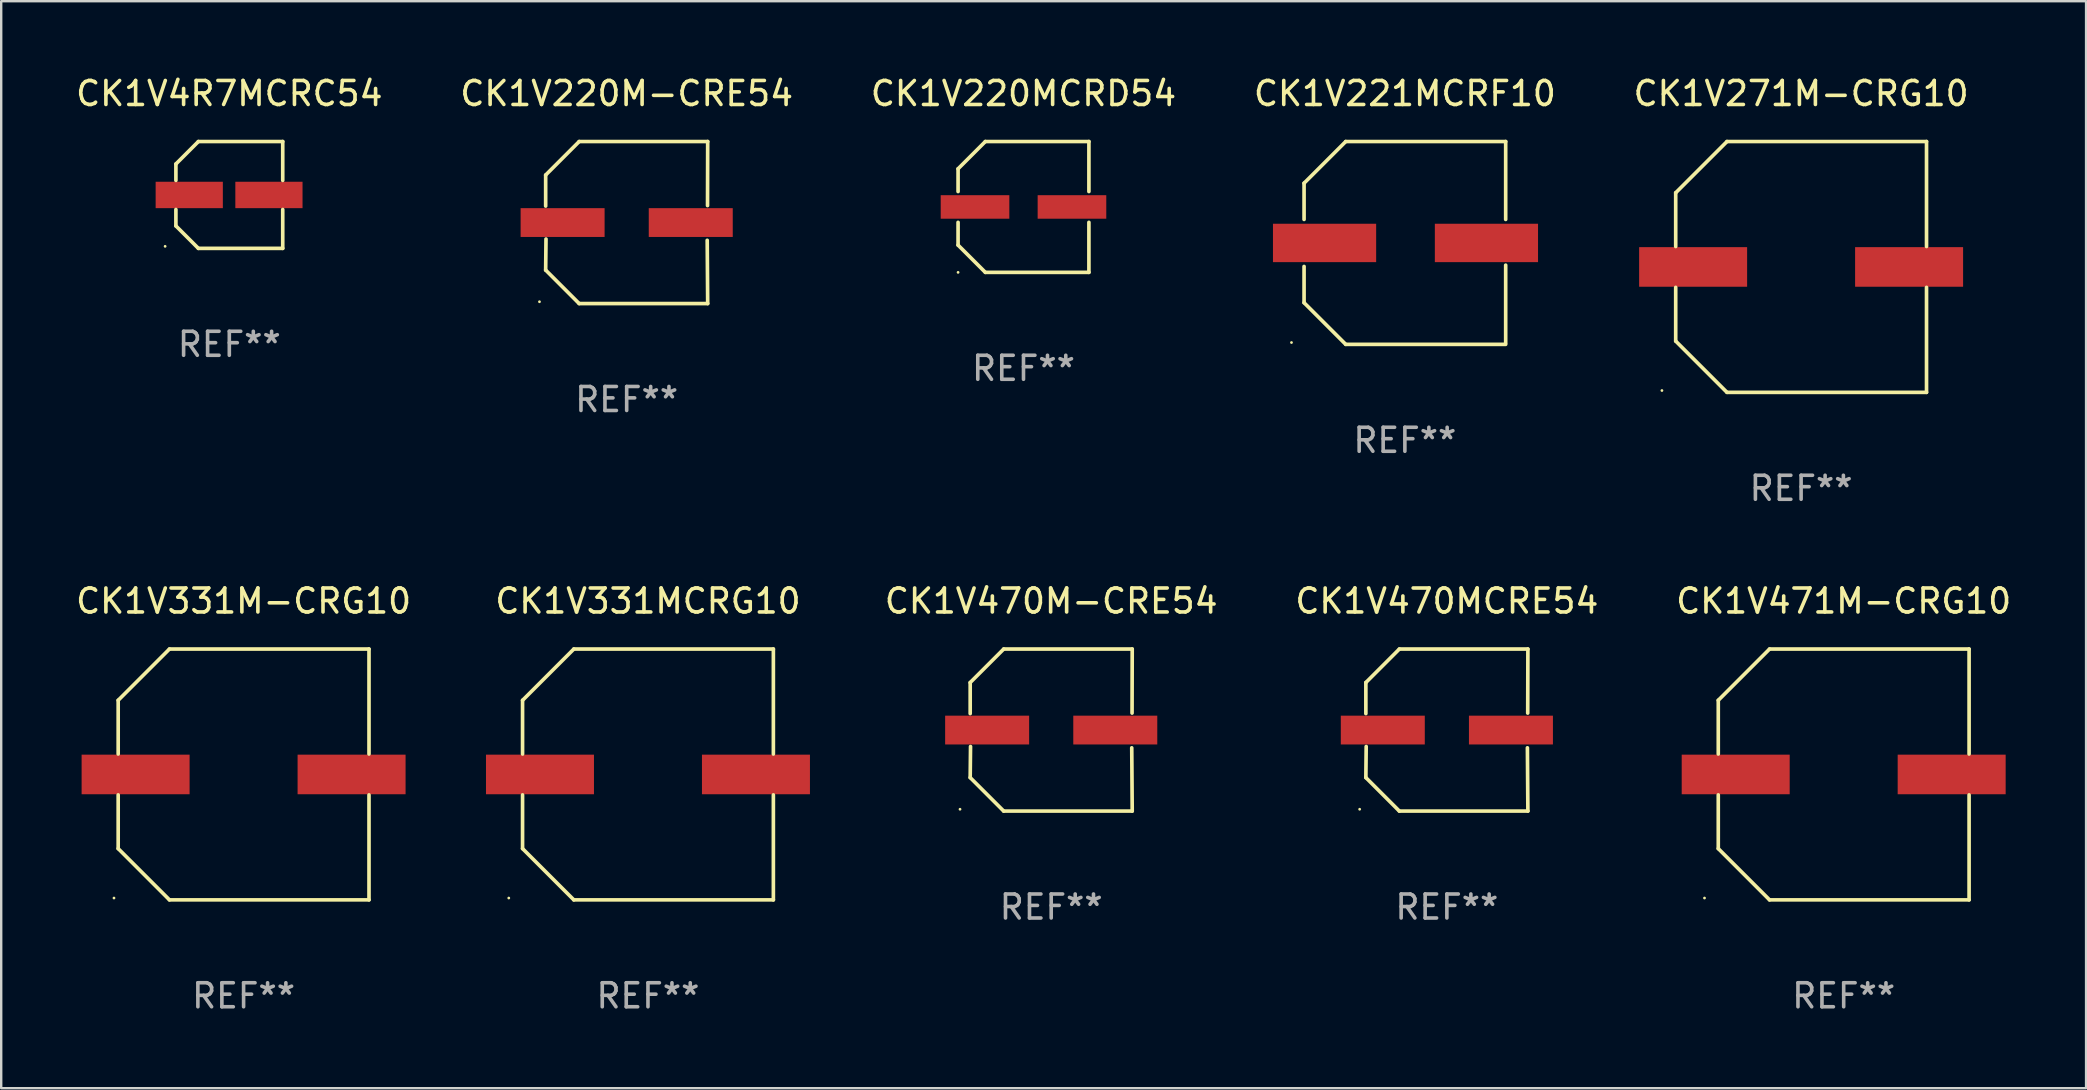
<source format=kicad_pcb>
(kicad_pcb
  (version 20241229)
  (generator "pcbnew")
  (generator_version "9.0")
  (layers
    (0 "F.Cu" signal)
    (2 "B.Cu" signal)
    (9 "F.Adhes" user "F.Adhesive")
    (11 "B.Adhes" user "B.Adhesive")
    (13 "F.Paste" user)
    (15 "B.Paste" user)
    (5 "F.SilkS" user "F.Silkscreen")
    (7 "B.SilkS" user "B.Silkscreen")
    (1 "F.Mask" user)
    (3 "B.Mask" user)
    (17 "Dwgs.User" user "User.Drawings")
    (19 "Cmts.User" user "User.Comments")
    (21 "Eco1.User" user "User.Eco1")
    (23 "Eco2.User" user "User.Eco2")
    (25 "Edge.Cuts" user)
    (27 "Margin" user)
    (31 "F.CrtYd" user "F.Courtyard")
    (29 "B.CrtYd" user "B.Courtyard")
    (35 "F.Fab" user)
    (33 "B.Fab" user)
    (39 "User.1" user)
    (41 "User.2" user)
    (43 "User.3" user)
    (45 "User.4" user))
  (footprint "CK1V331M-CRG10"
    (layer "F.Cu")
    (at 7.101 29.223)
    (property "Reference" "CK1V331M-CRG10" (at 0 -7.226 0) (layer "F.SilkS") (effects (font (size 1 1) (thickness 0.15))))
    (attr through_hole)
    (fp_line (start -5.226 -3.09) (end -5.226 -0.852) (stroke (width 0.152) (type solid)) (layer "F.SilkS"))
    (fp_line (start -5.226 3.09) (end -5.226 0.852) (stroke (width 0.152) (type solid)) (layer "F.SilkS"))
    (fp_line (start -3.09 -5.226) (end -5.226 -3.09) (stroke (width 0.152) (type solid)) (layer "F.SilkS"))
    (fp_line (start -3.09 5.226) (end -5.226 3.09) (stroke (width 0.152) (type solid)) (layer "F.SilkS"))
    (fp_line (start 5.226 -5.226) (end -3.09 -5.226) (stroke (width 0.152) (type solid)) (layer "F.SilkS"))
    (fp_line (start 5.226 -0.852) (end 5.226 -5.226) (stroke (width 0.152) (type solid)) (layer "F.SilkS"))
    (fp_line (start 5.226 0.852) (end 5.226 5.226) (stroke (width 0.152) (type solid)) (layer "F.SilkS"))
    (fp_line (start 5.226 5.226) (end -3.09 5.226) (stroke (width 0.152) (type solid)) (layer "F.SilkS"))
    (fp_circle (center -5.401 5.15) (end -5.371 5.15) (stroke (width 0.06) (type solid)) (fill no) (layer "F.SilkS"))
    (fp_text user "REF**" (at 0 9.226 0) (layer "F.Fab") (effects (font (size 1 1) (thickness 0.15))))
    (pad "1" smd rect (at -4.5 0) (size 4.5 1.65) (layers "F.Cu" "F.Mask" "F.Paste"))
    (pad "2" smd rect (at 4.5 0) (size 4.5 1.65) (layers "F.Cu" "F.Mask" "F.Paste")))
  (footprint "CK1V220MCRD54"
    (layer "F.Cu")
    (at 39.601 5.574)
    (property "Reference" "CK1V220MCRD54" (at 0 -4.726 0) (layer "F.SilkS") (effects (font (size 1 1) (thickness 0.15))))
    (attr through_hole)
    (fp_line (start -2.726 -1.59) (end -1.59 -2.726) (stroke (width 0.152) (type solid)) (layer "F.SilkS"))
    (fp_line (start -2.726 -0.642) (end -2.726 -1.59) (stroke (width 0.152) (type solid)) (layer "F.SilkS"))
    (fp_line (start -2.726 0.642) (end -2.726 1.59) (stroke (width 0.152) (type solid)) (layer "F.SilkS"))
    (fp_line (start -2.726 1.59) (end -1.59 2.726) (stroke (width 0.152) (type solid)) (layer "F.SilkS"))
    (fp_line (start -1.59 -2.726) (end 2.726 -2.726) (stroke (width 0.152) (type solid)) (layer "F.SilkS"))
    (fp_line (start -1.59 2.726) (end 2.726 2.726) (stroke (width 0.152) (type solid)) (layer "F.SilkS"))
    (fp_line (start 2.726 -2.726) (end 2.726 -0.642) (stroke (width 0.152) (type solid)) (layer "F.SilkS"))
    (fp_line (start 2.726 2.726) (end 2.726 0.642) (stroke (width 0.152) (type solid)) (layer "F.SilkS"))
    (fp_circle (center -2.726 2.726) (end -2.696 2.726) (stroke (width 0.06) (type solid)) (fill no) (layer "F.SilkS"))
    (fp_text user "REF**" (at 0 6.726 0) (layer "F.Fab") (effects (font (size 1 1) (thickness 0.15))))
    (pad "1" smd rect (at -2.02 -0.000013) (size 2.86 0.98) (layers "F.Cu" "F.Mask" "F.Paste"))
    (pad "2" smd rect (at 2.02 -0.000013) (size 2.86 0.98) (layers "F.Cu" "F.Mask" "F.Paste")))
  (footprint "CK1V471M-CRG10"
    (layer "F.Cu")
    (at 73.78 29.223)
    (property "Reference" "CK1V471M-CRG10" (at 0 -7.226 0) (layer "F.SilkS") (effects (font (size 1 1) (thickness 0.15))))
    (attr through_hole)
    (fp_line (start -5.226 -3.09) (end -5.226 -0.852) (stroke (width 0.152) (type solid)) (layer "F.SilkS"))
    (fp_line (start -5.226 3.09) (end -5.226 0.852) (stroke (width 0.152) (type solid)) (layer "F.SilkS"))
    (fp_line (start -3.09 -5.226) (end -5.226 -3.09) (stroke (width 0.152) (type solid)) (layer "F.SilkS"))
    (fp_line (start -3.09 5.226) (end -5.226 3.09) (stroke (width 0.152) (type solid)) (layer "F.SilkS"))
    (fp_line (start 5.226 -5.226) (end -3.09 -5.226) (stroke (width 0.152) (type solid)) (layer "F.SilkS"))
    (fp_line (start 5.226 -0.852) (end 5.226 -5.226) (stroke (width 0.152) (type solid)) (layer "F.SilkS"))
    (fp_line (start 5.226 0.852) (end 5.226 5.226) (stroke (width 0.152) (type solid)) (layer "F.SilkS"))
    (fp_line (start 5.226 5.226) (end -3.09 5.226) (stroke (width 0.152) (type solid)) (layer "F.SilkS"))
    (fp_circle (center -5.8 5.15) (end -5.77 5.15) (stroke (width 0.06) (type solid)) (fill no) (layer "F.SilkS"))
    (fp_text user "REF**" (at 0 9.226 0) (layer "F.Fab") (effects (font (size 1 1) (thickness 0.15))))
    (pad "1" smd rect (at -4.5 0) (size 4.5 1.65) (layers "F.Cu" "F.Mask" "F.Paste"))
    (pad "2" smd rect (at 4.5 0) (size 4.5 1.65) (layers "F.Cu" "F.Mask" "F.Paste")))
  (footprint "CK1V271M-CRG10"
    (layer "F.Cu")
    (at 72.006 8.074)
    (property "Reference" "CK1V271M-CRG10" (at 0 -7.226 0) (layer "F.SilkS") (effects (font (size 1 1) (thickness 0.15))))
    (attr through_hole)
    (fp_line (start -5.226 -3.09) (end -5.226 -0.852) (stroke (width 0.152) (type solid)) (layer "F.SilkS"))
    (fp_line (start -5.226 3.09) (end -5.226 0.852) (stroke (width 0.152) (type solid)) (layer "F.SilkS"))
    (fp_line (start -3.09 -5.226) (end -5.226 -3.09) (stroke (width 0.152) (type solid)) (layer "F.SilkS"))
    (fp_line (start -3.09 5.226) (end -5.226 3.09) (stroke (width 0.152) (type solid)) (layer "F.SilkS"))
    (fp_line (start 5.226 -5.226) (end -3.09 -5.226) (stroke (width 0.152) (type solid)) (layer "F.SilkS"))
    (fp_line (start 5.226 -0.852) (end 5.226 -5.226) (stroke (width 0.152) (type solid)) (layer "F.SilkS"))
    (fp_line (start 5.226 0.852) (end 5.226 5.226) (stroke (width 0.152) (type solid)) (layer "F.SilkS"))
    (fp_line (start 5.226 5.226) (end -3.09 5.226) (stroke (width 0.152) (type solid)) (layer "F.SilkS"))
    (fp_circle (center -5.8 5.15) (end -5.77 5.15) (stroke (width 0.06) (type solid)) (fill no) (layer "F.SilkS"))
    (fp_text user "REF**" (at 0 9.226 0) (layer "F.Fab") (effects (font (size 1 1) (thickness 0.15))))
    (pad "1" smd rect (at -4.5 0) (size 4.5 1.65) (layers "F.Cu" "F.Mask" "F.Paste"))
    (pad "2" smd rect (at 4.5 0) (size 4.5 1.65) (layers "F.Cu" "F.Mask" "F.Paste")))
  (footprint "CK1V220M-CRE54"
    (layer "F.Cu")
    (at 23.065 6.224)
    (property "Reference" "CK1V220M-CRE54" (at 0 -5.376 0) (layer "F.SilkS") (effects (font (size 1 1) (thickness 0.15))))
    (attr through_hole)
    (fp_line (start -3.376 -1.98) (end -3.376 -0.686) (stroke (width 0.152) (type solid)) (layer "F.SilkS"))
    (fp_line (start -3.376 1.981) (end -3.362 0.686) (stroke (width 0.152) (type solid)) (layer "F.SilkS"))
    (fp_line (start -1.981 3.376) (end -3.376 1.981) (stroke (width 0.152) (type solid)) (layer "F.SilkS"))
    (fp_line (start -1.98 -3.376) (end -3.376 -1.98) (stroke (width 0.152) (type solid)) (layer "F.SilkS"))
    (fp_line (start 3.356 0.74) (end 3.376 3.376) (stroke (width 0.152) (type solid)) (layer "F.SilkS"))
    (fp_line (start 3.369 -0.707) (end 3.376 -3.376) (stroke (width 0.152) (type solid)) (layer "F.SilkS"))
    (fp_line (start 3.376 3.376) (end -1.981 3.376) (stroke (width 0.152) (type solid)) (layer "F.SilkS"))
    (fp_line (start 3.376 -3.376) (end -1.98 -3.376) (stroke (width 0.152) (type solid)) (layer "F.SilkS"))
    (fp_circle (center -3.634 3.3) (end -3.604 3.3) (stroke (width 0.06) (type solid)) (fill no) (layer "F.SilkS"))
    (fp_text user "REF**" (at 0 7.376 0) (layer "F.Fab") (effects (font (size 1 1) (thickness 0.15))))
    (pad "1" smd rect (at -2.67 0.000254) (size 3.5 1.2) (layers "F.Cu" "F.Mask" "F.Paste"))
    (pad "2" smd rect (at 2.67 0.000254) (size 3.5 1.2) (layers "F.Cu" "F.Mask" "F.Paste")))
  (footprint "CK1V4R7MCRC54"
    (layer "F.Cu")
    (at 6.506 5.074)
    (property "Reference" "CK1V4R7MCRC54" (at 0 -4.226 0) (layer "F.SilkS") (effects (font (size 1 1) (thickness 0.15))))
    (attr through_hole)
    (fp_line (start -2.226 -1.29) (end -2.226 -0.607) (stroke (width 0.152) (type solid)) (layer "F.SilkS"))
    (fp_line (start -2.226 1.29) (end -2.226 0.607) (stroke (width 0.152) (type solid)) (layer "F.SilkS"))
    (fp_line (start -1.29 -2.226) (end -2.226 -1.29) (stroke (width 0.152) (type solid)) (layer "F.SilkS"))
    (fp_line (start -1.29 2.226) (end -2.226 1.29) (stroke (width 0.152) (type solid)) (layer "F.SilkS"))
    (fp_line (start 2.226 -2.226) (end -1.29 -2.226) (stroke (width 0.152) (type solid)) (layer "F.SilkS"))
    (fp_line (start 2.226 -0.607) (end 2.226 -2.226) (stroke (width 0.152) (type solid)) (layer "F.SilkS"))
    (fp_line (start 2.226 0.607) (end 2.226 2.226) (stroke (width 0.152) (type solid)) (layer "F.SilkS"))
    (fp_line (start 2.226 2.226) (end -1.29 2.226) (stroke (width 0.152) (type solid)) (layer "F.SilkS"))
    (fp_circle (center -2.675 2.141) (end -2.645 2.141) (stroke (width 0.06) (type solid)) (fill no) (layer "F.SilkS"))
    (fp_text user "REF**" (at 0 6.226 0) (layer "F.Fab") (effects (font (size 1 1) (thickness 0.15))))
    (pad "1" smd rect (at -1.67 0.000076) (size 2.8 1.1) (layers "F.Cu" "F.Mask" "F.Paste"))
    (pad "2" smd rect (at 1.651 0.000076) (size 2.8 1.1) (layers "F.Cu" "F.Mask" "F.Paste")))
  (footprint "CK1V331MCRG10"
    (layer "F.Cu")
    (at 23.952 29.223)
    (property "Reference" "CK1V331MCRG10" (at 0 -7.226 0) (layer "F.SilkS") (effects (font (size 1 1) (thickness 0.15))))
    (attr through_hole)
    (fp_line (start -5.226 -3.09) (end -5.226 -0.852) (stroke (width 0.152) (type solid)) (layer "F.SilkS"))
    (fp_line (start -5.226 3.09) (end -5.226 0.852) (stroke (width 0.152) (type solid)) (layer "F.SilkS"))
    (fp_line (start -3.09 -5.226) (end -5.226 -3.09) (stroke (width 0.152) (type solid)) (layer "F.SilkS"))
    (fp_line (start -3.09 5.226) (end -5.226 3.09) (stroke (width 0.152) (type solid)) (layer "F.SilkS"))
    (fp_line (start 5.226 -5.226) (end -3.09 -5.226) (stroke (width 0.152) (type solid)) (layer "F.SilkS"))
    (fp_line (start 5.226 -0.852) (end 5.226 -5.226) (stroke (width 0.152) (type solid)) (layer "F.SilkS"))
    (fp_line (start 5.226 0.852) (end 5.226 5.226) (stroke (width 0.152) (type solid)) (layer "F.SilkS"))
    (fp_line (start 5.226 5.226) (end -3.09 5.226) (stroke (width 0.152) (type solid)) (layer "F.SilkS"))
    (fp_circle (center -5.8 5.15) (end -5.77 5.15) (stroke (width 0.06) (type solid)) (fill no) (layer "F.SilkS"))
    (fp_text user "REF**" (at 0 9.226 0) (layer "F.Fab") (effects (font (size 1 1) (thickness 0.15))))
    (pad "1" smd rect (at -4.5 0) (size 4.5 1.65) (layers "F.Cu" "F.Mask" "F.Paste"))
    (pad "2" smd rect (at 4.5 0) (size 4.5 1.65) (layers "F.Cu" "F.Mask" "F.Paste")))
  (footprint "CK1V470MCRE54"
    (layer "F.Cu")
    (at 57.244 27.373)
    (property "Reference" "CK1V470MCRE54" (at 0 -5.376 0) (layer "F.SilkS") (effects (font (size 1 1) (thickness 0.15))))
    (attr through_hole)
    (fp_line (start -3.376 -1.98) (end -3.376 -0.686) (stroke (width 0.152) (type solid)) (layer "F.SilkS"))
    (fp_line (start -3.376 1.981) (end -3.362 0.686) (stroke (width 0.152) (type solid)) (layer "F.SilkS"))
    (fp_line (start -1.981 3.376) (end -3.376 1.981) (stroke (width 0.152) (type solid)) (layer "F.SilkS"))
    (fp_line (start -1.98 -3.376) (end -3.376 -1.98) (stroke (width 0.152) (type solid)) (layer "F.SilkS"))
    (fp_line (start 3.356 0.74) (end 3.376 3.376) (stroke (width 0.152) (type solid)) (layer "F.SilkS"))
    (fp_line (start 3.369 -0.707) (end 3.376 -3.376) (stroke (width 0.152) (type solid)) (layer "F.SilkS"))
    (fp_line (start 3.376 3.376) (end -1.981 3.376) (stroke (width 0.152) (type solid)) (layer "F.SilkS"))
    (fp_line (start 3.376 -3.376) (end -1.98 -3.376) (stroke (width 0.152) (type solid)) (layer "F.SilkS"))
    (fp_circle (center -3.634 3.3) (end -3.604 3.3) (stroke (width 0.06) (type solid)) (fill no) (layer "F.SilkS"))
    (fp_text user "REF**" (at 0 7.376 0) (layer "F.Fab") (effects (font (size 1 1) (thickness 0.15))))
    (pad "1" smd rect (at -2.67 0.000254) (size 3.5 1.2) (layers "F.Cu" "F.Mask" "F.Paste"))
    (pad "2" smd rect (at 2.67 0.000254) (size 3.5 1.2) (layers "F.Cu" "F.Mask" "F.Paste")))
  (footprint "CK1V470M-CRE54"
    (layer "F.Cu")
    (at 40.756 27.373)
    (property "Reference" "CK1V470M-CRE54" (at 0 -5.376 0) (layer "F.SilkS") (effects (font (size 1 1) (thickness 0.15))))
    (attr through_hole)
    (fp_line (start -3.376 -1.98) (end -3.376 -0.686) (stroke (width 0.152) (type solid)) (layer "F.SilkS"))
    (fp_line (start -3.376 1.981) (end -3.362 0.686) (stroke (width 0.152) (type solid)) (layer "F.SilkS"))
    (fp_line (start -1.981 3.376) (end -3.376 1.981) (stroke (width 0.152) (type solid)) (layer "F.SilkS"))
    (fp_line (start -1.98 -3.376) (end -3.376 -1.98) (stroke (width 0.152) (type solid)) (layer "F.SilkS"))
    (fp_line (start 3.356 0.74) (end 3.376 3.376) (stroke (width 0.152) (type solid)) (layer "F.SilkS"))
    (fp_line (start 3.369 -0.707) (end 3.376 -3.376) (stroke (width 0.152) (type solid)) (layer "F.SilkS"))
    (fp_line (start 3.376 3.376) (end -1.981 3.376) (stroke (width 0.152) (type solid)) (layer "F.SilkS"))
    (fp_line (start 3.376 -3.376) (end -1.98 -3.376) (stroke (width 0.152) (type solid)) (layer "F.SilkS"))
    (fp_circle (center -3.8 3.3) (end -3.77 3.3) (stroke (width 0.06) (type solid)) (fill no) (layer "F.SilkS"))
    (fp_text user "REF**" (at 0 7.376 0) (layer "F.Fab") (effects (font (size 1 1) (thickness 0.15))))
    (pad "1" smd rect (at -2.67 0.000203) (size 3.5 1.2) (layers "F.Cu" "F.Mask" "F.Paste"))
    (pad "2" smd rect (at 2.67 0.000203) (size 3.5 1.2) (layers "F.Cu" "F.Mask" "F.Paste")))
  (footprint "CK1V221MCRF10"
    (layer "F.Cu")
    (at 55.494 7.074)
    (property "Reference" "CK1V221MCRF10" (at 0 -6.226 0) (layer "F.SilkS") (effects (font (size 1 1) (thickness 0.15))))
    (attr through_hole)
    (fp_line (start -4.201 -0.98) (end -4.201 -2.49) (stroke (width 0.152) (type solid)) (layer "F.SilkS"))
    (fp_line (start -4.201 2.49) (end -4.201 0.98) (stroke (width 0.152) (type solid)) (layer "F.SilkS"))
    (fp_line (start -2.465 -4.226) (end -4.201 -2.49) (stroke (width 0.152) (type solid)) (layer "F.SilkS"))
    (fp_line (start -2.465 4.226) (end -4.201 2.49) (stroke (width 0.152) (type solid)) (layer "F.SilkS"))
    (fp_line (start 4.201 -4.226) (end -2.465 -4.226) (stroke (width 0.152) (type solid)) (layer "F.SilkS"))
    (fp_line (start 4.201 -4.226) (end 4.201 -0.98) (stroke (width 0.152) (type solid)) (layer "F.SilkS"))
    (fp_line (start 4.201 0.926) (end 4.201 4.172) (stroke (width 0.152) (type solid)) (layer "F.SilkS"))
    (fp_line (start 4.201 4.226) (end -2.465 4.226) (stroke (width 0.152) (type solid)) (layer "F.SilkS"))
    (fp_circle (center -4.725 4.15) (end -4.695 4.15) (stroke (width 0.06) (type solid)) (fill no) (layer "F.SilkS"))
    (fp_text user "REF**" (at 0 8.226 0) (layer "F.Fab") (effects (font (size 1 1) (thickness 0.15))))
    (pad "1" smd rect (at -3.347 0) (size 4.3 1.6) (layers "F.Cu" "F.Mask" "F.Paste"))
    (pad "2" smd rect (at 3.399 0) (size 4.3 1.6) (layers "F.Cu" "F.Mask" "F.Paste")))
  (gr_rect
    (start -3 -3)
    (end 83.881 42.298)
    (stroke (width 0.1) (type default))
    (fill no)
    (layer "Edge.Cuts")))
</source>
